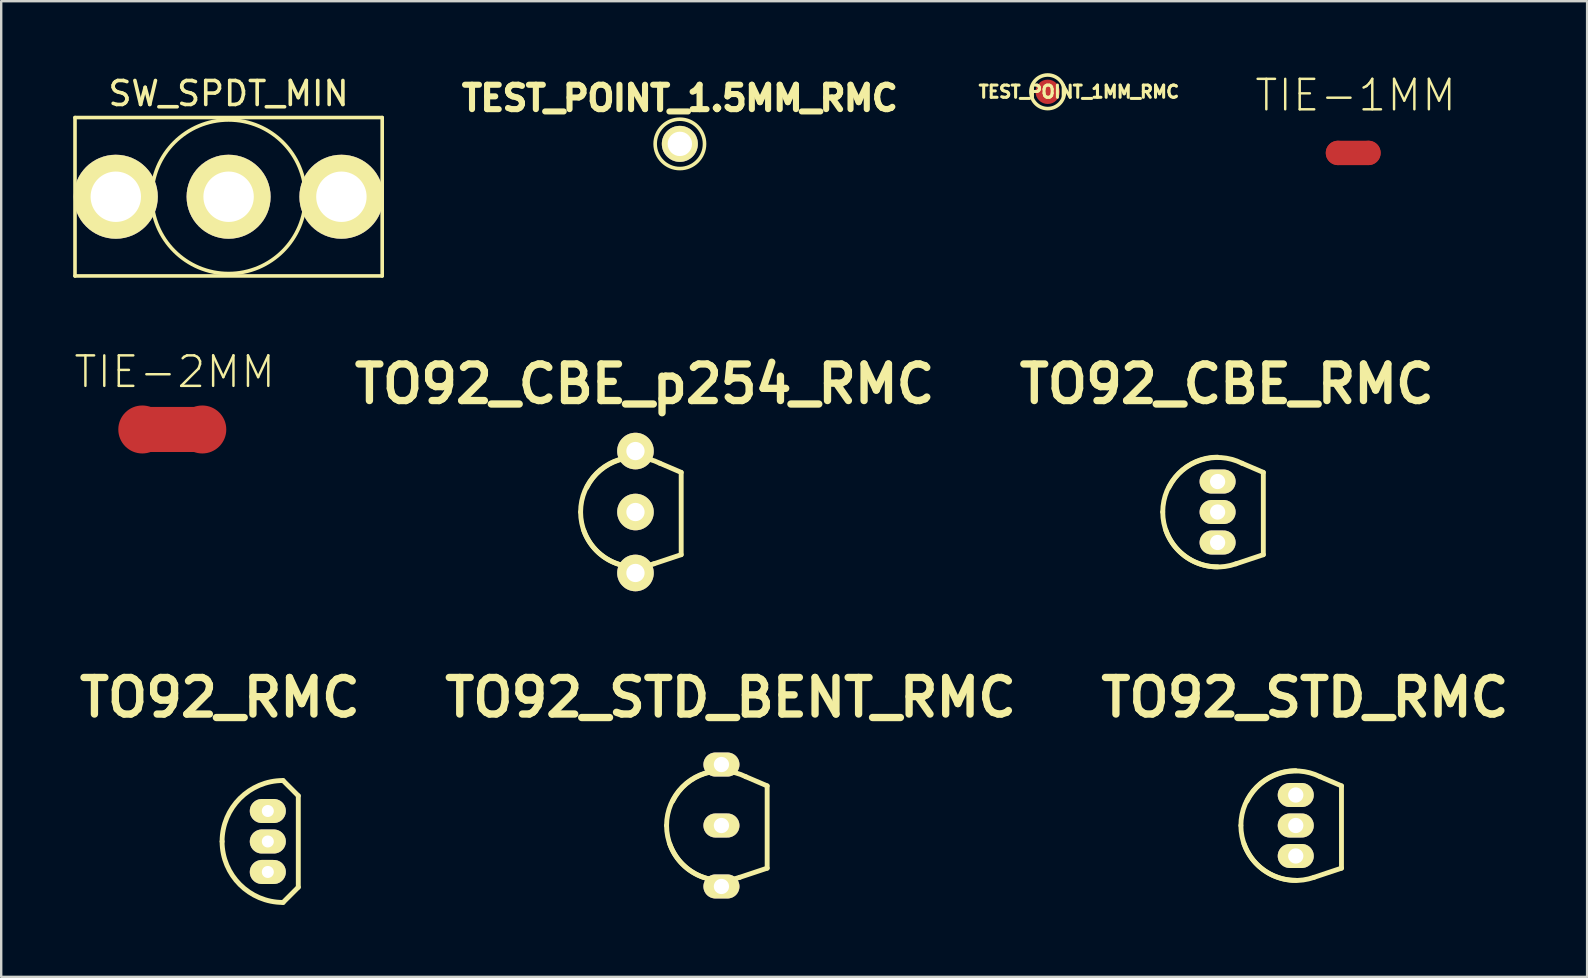
<source format=kicad_pcb>
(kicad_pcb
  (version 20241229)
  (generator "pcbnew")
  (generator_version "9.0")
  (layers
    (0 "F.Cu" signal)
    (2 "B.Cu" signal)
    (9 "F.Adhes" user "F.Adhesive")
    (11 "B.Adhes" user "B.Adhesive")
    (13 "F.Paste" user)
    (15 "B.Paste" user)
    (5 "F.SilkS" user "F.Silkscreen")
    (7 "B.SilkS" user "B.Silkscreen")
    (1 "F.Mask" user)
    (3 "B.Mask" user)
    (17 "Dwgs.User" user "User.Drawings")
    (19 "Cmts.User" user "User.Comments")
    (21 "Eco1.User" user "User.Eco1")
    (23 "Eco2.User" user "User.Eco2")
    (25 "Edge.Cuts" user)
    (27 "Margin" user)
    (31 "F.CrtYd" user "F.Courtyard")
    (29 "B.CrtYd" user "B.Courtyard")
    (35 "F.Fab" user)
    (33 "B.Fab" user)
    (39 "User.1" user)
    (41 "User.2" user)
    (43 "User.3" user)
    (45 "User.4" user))
  (footprint "TIE-2MM"
    (layer "F.Cu")
    (at 4.129 14.845)
    (property "Reference" "TIE-2MM" (at 0.099 -2.4 0) (layer "F.SilkS") (effects (font (size 1.27 1.27) (thickness 0.102))))
    (attr through_hole)
    (fp_line (start -1.25 -0.749) (end 1.25 -0.749) (stroke (width 0.381) (type solid)) (layer "F.Cu"))
    (fp_line (start -1.25 -0.5) (end -1.25 -0.249) (stroke (width 0.381) (type solid)) (layer "F.Cu"))
    (fp_line (start -1.25 -0.249) (end 0.749 -0.249) (stroke (width 0.381) (type solid)) (layer "F.Cu"))
    (fp_line (start -1.001 0.5) (end -1.001 0.749) (stroke (width 0.381) (type solid)) (layer "F.Cu"))
    (fp_line (start -1.001 0.749) (end 1.001 0.749) (stroke (width 0.381) (type solid)) (layer "F.Cu"))
    (fp_line (start -0.5 0) (end -0.5 0.249) (stroke (width 0.381) (type solid)) (layer "F.Cu"))
    (fp_line (start -0.5 0.249) (end 1.001 0.249) (stroke (width 0.381) (type solid)) (layer "F.Cu"))
    (fp_line (start 0.749 -0.249) (end 0.749 0) (stroke (width 0.381) (type solid)) (layer "F.Cu"))
    (fp_line (start 0.749 0) (end -0.5 0) (stroke (width 0.381) (type solid)) (layer "F.Cu"))
    (fp_line (start 1.001 0.249) (end 1.001 0.5) (stroke (width 0.381) (type solid)) (layer "F.Cu"))
    (fp_line (start 1.001 0.5) (end -1.001 0.5) (stroke (width 0.381) (type solid)) (layer "F.Cu"))
    (fp_line (start 1.25 -0.749) (end 1.25 -0.5) (stroke (width 0.381) (type solid)) (layer "F.Cu"))
    (fp_line (start 1.25 -0.5) (end -1.25 -0.5) (stroke (width 0.381) (type solid)) (layer "F.Cu"))
    (pad "1" smd circle (at -1.25 0) (size 1.999 1.999) (layers "F.Cu"))
    (pad "2" smd circle (at 1.25 0) (size 1.999 1.999) (layers "F.Cu")))
  (footprint "TO92_STD_BENT_RMC"
    (layer "F.Cu")
    (at 27.01 31.346)
    (property "Reference" "TO92_STD_BENT_RMC" (at 0.381 -5.334 0) (layer "F.SilkS") (effects (font (size 1.524 1.524) (thickness 0.305))))
    (attr through_hole)
    (fp_line (start 1.016 -2.032) (end 1.905 -1.651) (stroke (width 0.203) (type solid)) (layer "F.SilkS"))
    (fp_line (start 1.905 -1.651) (end 1.905 1.778) (stroke (width 0.203) (type solid)) (layer "F.SilkS"))
    (fp_line (start 1.905 1.778) (end 0.762 2.159) (stroke (width 0.203) (type solid)) (layer "F.SilkS"))
    (fp_arc (start -2.286 0) (mid -1.616446 -1.616446) (end 0 -2.286) (stroke (width 0.2032) (type solid)) (layer "F.SilkS"))
    (fp_arc (start -2.032 -1.016) (mid -0.71842 -2.155261) (end 1.016 -2.032) (stroke (width 0.2032) (type solid)) (layer "F.SilkS"))
    (fp_arc (start 0 2.286) (mid -1.616446 1.616446) (end -2.286 0) (stroke (width 0.2032) (type solid)) (layer "F.SilkS"))
    (fp_arc (start 0.762 2.159) (mid -0.987828 2.065459) (end -2.159 0.762) (stroke (width 0.2032) (type solid)) (layer "F.SilkS"))
    (pad "1" thru_hole oval (at 0 2.54) (size 1.501 1.001) (drill 0.635) (layers "*.Cu" "*.Mask" "F.SilkS"))
    (pad "2" thru_hole oval (at 0 0) (size 1.501 1.001) (drill 0.635) (layers "*.Cu" "*.Mask" "F.SilkS"))
    (pad "3" thru_hole oval (at 0 -2.54) (size 1.501 1.001) (drill 0.635) (layers "*.Cu" "*.Mask" "F.SilkS")))
  (footprint "TEST_POINT_1MM_RMC"
    (layer "F.Cu")
    (at 40.604 0.775)
    (property "Reference" "TEST_POINT_1MM_RMC" (at 1.3 0 0) (layer "F.SilkS") (effects (font (size 0.508 0.508) (thickness 0.127))))
    (attr through_hole)
    (fp_circle (center 0 0) (end 0.7 0) (stroke (width 0.15) (type solid)) (fill no) (layer "F.SilkS"))
    (pad "1" smd circle (at 0 0) (size 1.016 1.016) (layers "F.Cu" "F.Mask" "F.Paste")))
  (footprint "TO92_CBE_p254_RMC"
    (layer "F.Cu")
    (at 23.428 18.284)
    (property "Reference" "TO92_CBE_p254_RMC" (at 0.381 -5.334 0) (layer "F.SilkS") (effects (font (size 1.524 1.524) (thickness 0.305))))
    (attr through_hole)
    (fp_line (start 1.016 -2.032) (end 1.905 -1.651) (stroke (width 0.203) (type solid)) (layer "F.SilkS"))
    (fp_line (start 1.905 -1.651) (end 1.905 1.778) (stroke (width 0.203) (type solid)) (layer "F.SilkS"))
    (fp_line (start 1.905 1.778) (end 0.762 2.159) (stroke (width 0.203) (type solid)) (layer "F.SilkS"))
    (fp_arc (start -2.286 0) (mid -1.616446 -1.616446) (end 0 -2.286) (stroke (width 0.2032) (type solid)) (layer "F.SilkS"))
    (fp_arc (start -2.032 -1.016) (mid -0.71842 -2.155261) (end 1.016 -2.032) (stroke (width 0.2032) (type solid)) (layer "F.SilkS"))
    (fp_arc (start 0 2.286) (mid -1.616446 1.616446) (end -2.286 0) (stroke (width 0.2032) (type solid)) (layer "F.SilkS"))
    (fp_arc (start 0.762 2.159) (mid -0.987828 2.065459) (end -2.159 0.762) (stroke (width 0.2032) (type solid)) (layer "F.SilkS"))
    (pad "B" thru_hole circle (at 0 0) (size 1.524 1.524) (drill 0.762) (layers "*.Cu" "*.Mask" "F.SilkS"))
    (pad "C" thru_hole circle (at 0 2.54) (size 1.524 1.524) (drill 0.762) (layers "*.Cu" "*.Mask" "F.SilkS"))
    (pad "E" thru_hole circle (at 0 -2.54) (size 1.524 1.524) (drill 0.762) (layers "*.Cu" "*.Mask" "F.SilkS")))
  (footprint "TIE-1MM"
    (layer "F.Cu")
    (at 53.334 3.322)
    (property "Reference" "TIE-1MM" (at 0.099 -2.4 0) (layer "F.SilkS") (effects (font (size 1.27 1.27) (thickness 0.102))))
    (attr through_hole)
    (fp_line (start -0.635 0) (end 0.635 0) (stroke (width 1.016) (type solid)) (layer "F.Cu"))
    (pad "1" smd circle (at -0.635 0) (size 1.016 1.016) (layers "F.Cu"))
    (pad "2" smd circle (at 0.635 0) (size 1.016 1.016) (layers "F.Cu")))
  (footprint "TEST_POINT_1.5MM_RMC"
    (layer "F.Cu")
    (at 25.277 2.945)
    (property "Reference" "TEST_POINT_1.5MM_RMC" (at 0 -1.905 0) (layer "F.SilkS") (effects (font (size 1.016 1.016) (thickness 0.254))))
    (attr through_hole)
    (fp_circle (center 0 0) (end 0.899 -0.5) (stroke (width 0.15) (type solid)) (fill no) (layer "F.SilkS"))
    (pad "1" thru_hole circle (at 0 0) (size 1.501 1.501) (drill 1.016) (layers "*.Cu" "*.Mask" "F.SilkS")))
  (footprint "SW_SPDT_MIN"
    (layer "F.Cu")
    (at 6.475 5.148)
    (property "Reference" "SW_SPDT_MIN" (at 0 -4.3 0) (layer "F.SilkS") (effects (font (size 1 1) (thickness 0.15))))
    (attr through_hole)
    (fp_line (start -6.4 -3.3) (end 6.4 -3.3) (stroke (width 0.15) (type solid)) (layer "F.SilkS"))
    (fp_line (start -6.4 3.3) (end -6.4 -3.3) (stroke (width 0.15) (type solid)) (layer "F.SilkS"))
    (fp_line (start 6.4 -3.3) (end 6.4 3.3) (stroke (width 0.15) (type solid)) (layer "F.SilkS"))
    (fp_line (start 6.4 3.3) (end -6.4 3.3) (stroke (width 0.15) (type solid)) (layer "F.SilkS"))
    (fp_circle (center 0 0) (end 3.2 0) (stroke (width 0.15) (type solid)) (fill no) (layer "F.SilkS"))
    (pad "1" thru_hole circle (at -4.7 0) (size 3.5 3.5) (drill 2.1) (layers "*.Cu" "*.Mask" "F.SilkS"))
    (pad "2" thru_hole circle (at 0 0) (size 3.5 3.5) (drill 2.1) (layers "*.Cu" "*.Mask" "F.SilkS"))
    (pad "3" thru_hole circle (at 4.7 0) (size 3.5 3.5) (drill 2.1) (layers "*.Cu" "*.Mask" "F.SilkS")))
  (footprint "TO92_CBE_RMC"
    (layer "F.Cu")
    (at 47.684 18.284)
    (property "Reference" "TO92_CBE_RMC" (at 0.381 -5.334 0) (layer "F.SilkS") (effects (font (size 1.524 1.524) (thickness 0.305))))
    (attr through_hole)
    (fp_line (start 1.016 -2.032) (end 1.905 -1.651) (stroke (width 0.203) (type solid)) (layer "F.SilkS"))
    (fp_line (start 1.905 -1.651) (end 1.905 1.778) (stroke (width 0.203) (type solid)) (layer "F.SilkS"))
    (fp_line (start 1.905 1.778) (end 0.762 2.159) (stroke (width 0.203) (type solid)) (layer "F.SilkS"))
    (fp_arc (start -2.286 0) (mid -1.616446 -1.616446) (end 0 -2.286) (stroke (width 0.2032) (type solid)) (layer "F.SilkS"))
    (fp_arc (start -2.032 -1.016) (mid -0.71842 -2.155261) (end 1.016 -2.032) (stroke (width 0.2032) (type solid)) (layer "F.SilkS"))
    (fp_arc (start 0 2.286) (mid -1.616446 1.616446) (end -2.286 0) (stroke (width 0.2032) (type solid)) (layer "F.SilkS"))
    (fp_arc (start 0.762 2.159) (mid -0.987828 2.065459) (end -2.159 0.762) (stroke (width 0.2032) (type solid)) (layer "F.SilkS"))
    (pad "B" thru_hole oval (at 0 0) (size 1.501 1.001) (drill 0.635) (layers "*.Cu" "*.Mask" "F.SilkS"))
    (pad "C" thru_hole oval (at 0 1.27) (size 1.501 1.001) (drill 0.635) (layers "*.Cu" "*.Mask" "F.SilkS"))
    (pad "E" thru_hole oval (at 0 -1.27) (size 1.501 1.001) (drill 0.635) (layers "*.Cu" "*.Mask" "F.SilkS")))
  (footprint "TO92_RMC"
    (layer "F.Cu")
    (at 8.109 32.012)
    (property "Reference" "TO92_RMC" (at -1.999 -5.999 0) (layer "F.SilkS") (effects (font (size 1.524 1.524) (thickness 0.305))))
    (attr through_hole)
    (fp_line (start 0.635 2.54) (end 1.27 1.905) (stroke (width 0.203) (type solid)) (layer "F.SilkS"))
    (fp_line (start 1.27 -1.905) (end 0.635 -2.54) (stroke (width 0.203) (type solid)) (layer "F.SilkS"))
    (fp_line (start 1.27 -1.905) (end 1.27 1.905) (stroke (width 0.203) (type solid)) (layer "F.SilkS"))
    (fp_arc (start -1.905 0) (mid -1.161051 -1.796051) (end 0.635 -2.54) (stroke (width 0.2032) (type solid)) (layer "F.SilkS"))
    (fp_arc (start 0.635 2.54) (mid -1.161051 1.796051) (end -1.905 0) (stroke (width 0.2032) (type solid)) (layer "F.SilkS"))
    (pad "B" thru_hole oval (at 0 0) (size 1.501 1.001) (drill 0.5) (layers "*.Cu" "*.Mask" "F.SilkS"))
    (pad "C" thru_hole oval (at 0 1.27) (size 1.501 1.001) (drill 0.5) (layers "*.Cu" "*.Mask" "F.SilkS"))
    (pad "E" thru_hole oval (at 0 -1.27) (size 1.501 1.001) (drill 0.5) (layers "*.Cu" "*.Mask" "F.SilkS")))
  (footprint "TO92_STD_RMC"
    (layer "F.Cu")
    (at 50.94 31.346)
    (property "Reference" "TO92_STD_RMC" (at 0.381 -5.334 0) (layer "F.SilkS") (effects (font (size 1.524 1.524) (thickness 0.305))))
    (attr through_hole)
    (fp_line (start 1.016 -2.032) (end 1.905 -1.651) (stroke (width 0.203) (type solid)) (layer "F.SilkS"))
    (fp_line (start 1.905 -1.651) (end 1.905 1.778) (stroke (width 0.203) (type solid)) (layer "F.SilkS"))
    (fp_line (start 1.905 1.778) (end 0.762 2.159) (stroke (width 0.203) (type solid)) (layer "F.SilkS"))
    (fp_arc (start -2.286 0) (mid -1.616446 -1.616446) (end 0 -2.286) (stroke (width 0.2032) (type solid)) (layer "F.SilkS"))
    (fp_arc (start -2.032 -1.016) (mid -0.71842 -2.155261) (end 1.016 -2.032) (stroke (width 0.2032) (type solid)) (layer "F.SilkS"))
    (fp_arc (start 0 2.286) (mid -1.616446 1.616446) (end -2.286 0) (stroke (width 0.2032) (type solid)) (layer "F.SilkS"))
    (fp_arc (start 0.762 2.159) (mid -0.987828 2.065459) (end -2.159 0.762) (stroke (width 0.2032) (type solid)) (layer "F.SilkS"))
    (pad "1" thru_hole oval (at 0 1.27) (size 1.501 1.001) (drill 0.635) (layers "*.Cu" "*.Mask" "F.SilkS"))
    (pad "2" thru_hole oval (at 0 0) (size 1.501 1.001) (drill 0.635) (layers "*.Cu" "*.Mask" "F.SilkS"))
    (pad "3" thru_hole oval (at 0 -1.27) (size 1.501 1.001) (drill 0.635) (layers "*.Cu" "*.Mask" "F.SilkS")))
  (gr_rect
    (start -3 -3)
    (end 63.08 37.653)
    (stroke (width 0.1) (type default))
    (fill no)
    (layer "Edge.Cuts")))
</source>
